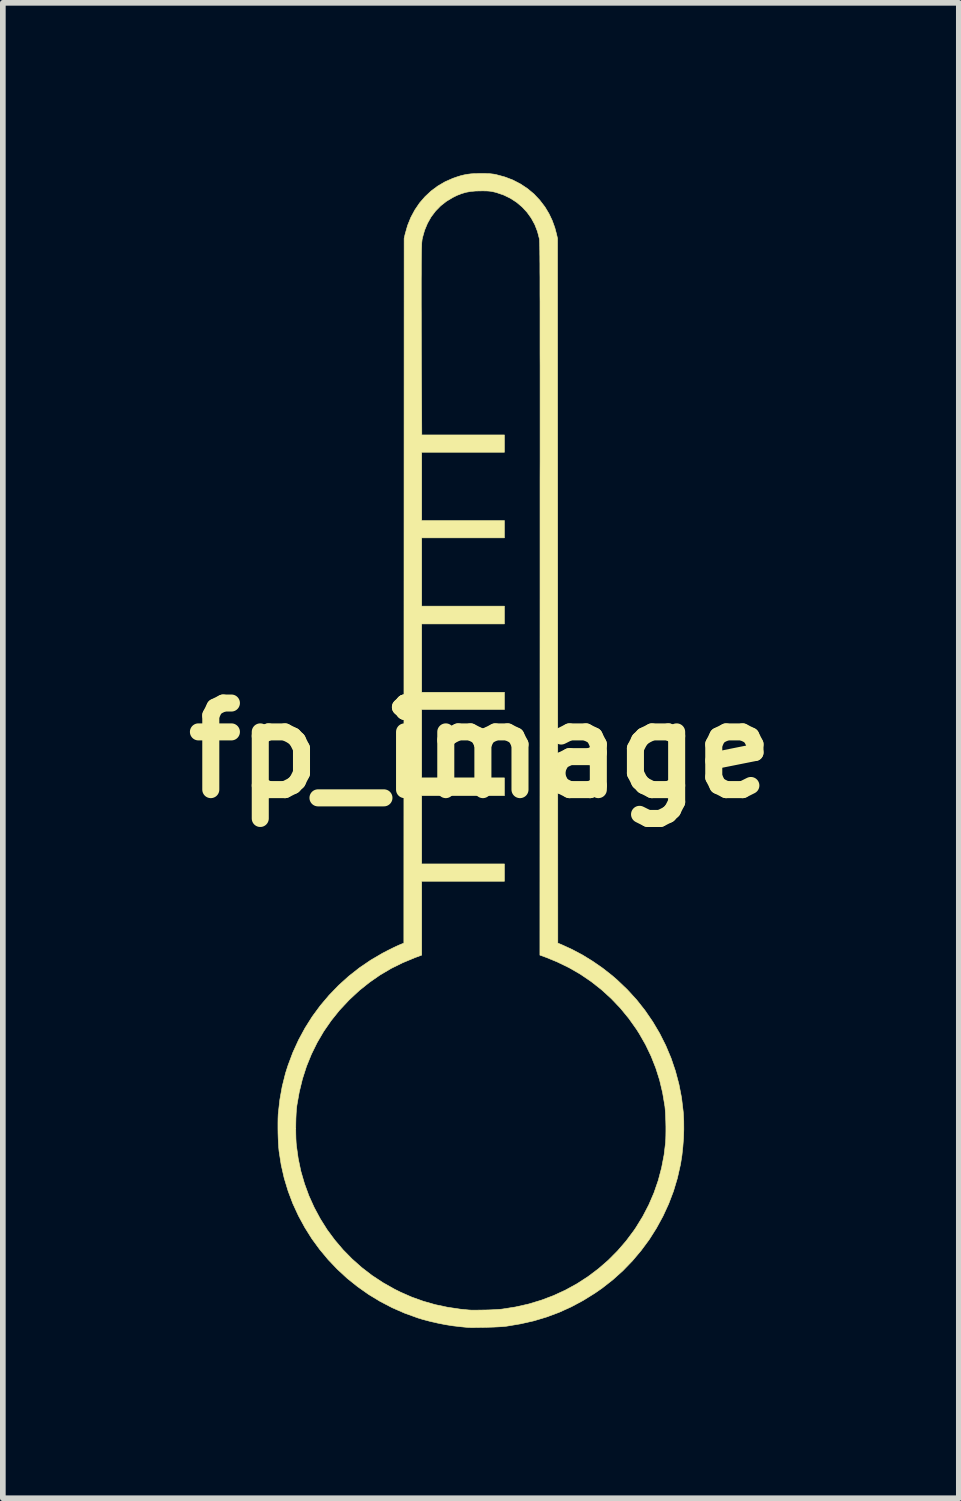
<source format=kicad_pcb>
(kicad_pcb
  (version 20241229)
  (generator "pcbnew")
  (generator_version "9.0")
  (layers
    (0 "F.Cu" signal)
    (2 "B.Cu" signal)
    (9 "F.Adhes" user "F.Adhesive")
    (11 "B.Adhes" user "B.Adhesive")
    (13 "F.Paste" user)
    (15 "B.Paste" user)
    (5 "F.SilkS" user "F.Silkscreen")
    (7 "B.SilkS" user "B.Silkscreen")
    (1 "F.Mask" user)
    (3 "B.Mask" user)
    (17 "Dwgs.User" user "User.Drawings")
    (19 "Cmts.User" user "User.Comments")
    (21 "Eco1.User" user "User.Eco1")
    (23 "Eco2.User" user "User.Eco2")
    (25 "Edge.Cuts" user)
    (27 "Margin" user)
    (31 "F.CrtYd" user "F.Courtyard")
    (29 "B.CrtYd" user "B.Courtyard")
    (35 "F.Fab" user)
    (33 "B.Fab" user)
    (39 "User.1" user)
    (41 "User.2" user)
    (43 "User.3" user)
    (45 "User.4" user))
  (footprint "fp_image"
    (layer "F.Cu")
    (at 5.414 10.16)
    (property "Reference" "fp_image" (at 0 0 0) (layer "F.SilkS") (effects (font (size 1.524 1.524) (thickness 0.3))))
    (attr through_hole)
    (fp_poly (pts (xy 0.072 -10.155) (xy 0.123 -10.154) (xy 0.164 -10.152) (xy 0.198 -10.148) (xy 0.231 -10.144) (xy 0.265 -10.137) (xy 0.271 -10.136) (xy 0.422 -10.095) (xy 0.564 -10.041) (xy 0.697 -9.972) (xy 0.821 -9.89) (xy 0.934 -9.796) (xy 1.036 -9.688) (xy 1.127 -9.569) (xy 1.131 -9.563) (xy 1.2 -9.448) (xy 1.256 -9.33) (xy 1.302 -9.204) (xy 1.332 -9.091) (xy 1.35 -9.013) (xy 1.353 -2.811) (xy 1.355 3.391) (xy 1.425 3.42) (xy 1.606 3.503) (xy 1.789 3.6) (xy 1.969 3.711) (xy 2.144 3.832) (xy 2.311 3.963) (xy 2.401 4.041) (xy 2.577 4.209) (xy 2.741 4.388) (xy 2.89 4.577) (xy 3.026 4.775) (xy 3.148 4.981) (xy 3.255 5.194) (xy 3.348 5.415) (xy 3.425 5.642) (xy 3.487 5.875) (xy 3.533 6.112) (xy 3.562 6.354) (xy 3.565 6.388) (xy 3.572 6.524) (xy 3.573 6.671) (xy 3.568 6.824) (xy 3.556 6.978) (xy 3.54 7.127) (xy 3.518 7.267) (xy 3.513 7.294) (xy 3.46 7.529) (xy 3.391 7.759) (xy 3.306 7.982) (xy 3.206 8.199) (xy 3.092 8.408) (xy 2.965 8.609) (xy 2.823 8.801) (xy 2.669 8.984) (xy 2.503 9.156) (xy 2.324 9.317) (xy 2.134 9.466) (xy 2.007 9.554) (xy 1.801 9.682) (xy 1.592 9.794) (xy 1.378 9.891) (xy 1.158 9.973) (xy 0.932 10.041) (xy 0.696 10.094) (xy 0.452 10.135) (xy 0.415 10.139) (xy 0.383 10.142) (xy 0.337 10.145) (xy 0.281 10.148) (xy 0.218 10.151) (xy 0.149 10.153) (xy 0.078 10.155) (xy 0.008 10.156) (xy -0.06 10.157) (xy -0.121 10.158) (xy -0.174 10.158) (xy -0.216 10.157) (xy -0.244 10.155) (xy -0.246 10.155) (xy -0.266 10.153) (xy -0.298 10.15) (xy -0.338 10.146) (xy -0.373 10.142) (xy -0.494 10.128) (xy -0.626 10.107) (xy -0.762 10.08) (xy -0.897 10.049) (xy -1.025 10.015) (xy -1.107 9.99) (xy -1.337 9.907) (xy -1.559 9.81) (xy -1.772 9.699) (xy -1.975 9.576) (xy -2.169 9.439) (xy -2.353 9.292) (xy -2.526 9.132) (xy -2.687 8.963) (xy -2.837 8.783) (xy -2.975 8.594) (xy -3.099 8.396) (xy -3.211 8.19) (xy -3.309 7.977) (xy -3.392 7.757) (xy -3.461 7.53) (xy -3.514 7.297) (xy -3.551 7.059) (xy -3.552 7.053) (xy -3.558 6.989) (xy -3.563 6.913) (xy -3.567 6.827) (xy -3.57 6.737) (xy -3.571 6.658) (xy -3.258 6.658) (xy -3.257 6.747) (xy -3.255 6.831) (xy -3.251 6.906) (xy -3.247 6.951) (xy -3.215 7.182) (xy -3.168 7.407) (xy -3.104 7.627) (xy -3.026 7.84) (xy -2.933 8.046) (xy -2.826 8.245) (xy -2.706 8.436) (xy -2.572 8.617) (xy -2.426 8.789) (xy -2.267 8.951) (xy -2.097 9.102) (xy -1.915 9.242) (xy -1.722 9.369) (xy -1.518 9.484) (xy -1.418 9.534) (xy -1.218 9.622) (xy -1.014 9.695) (xy -0.805 9.755) (xy -0.588 9.801) (xy -0.362 9.835) (xy -0.207 9.85) (xy -0.171 9.852) (xy -0.121 9.852) (xy -0.06 9.852) (xy 0.007 9.851) (xy 0.078 9.85) (xy 0.15 9.848) (xy 0.218 9.845) (xy 0.281 9.841) (xy 0.333 9.838) (xy 0.373 9.834) (xy 0.609 9.797) (xy 0.84 9.745) (xy 1.065 9.677) (xy 1.282 9.595) (xy 1.492 9.498) (xy 1.694 9.387) (xy 1.887 9.262) (xy 2.07 9.124) (xy 2.244 8.973) (xy 2.407 8.809) (xy 2.559 8.633) (xy 2.699 8.445) (xy 2.73 8.399) (xy 2.851 8.202) (xy 2.957 7.998) (xy 3.048 7.787) (xy 3.123 7.57) (xy 3.182 7.347) (xy 3.226 7.119) (xy 3.252 6.901) (xy 3.255 6.845) (xy 3.257 6.778) (xy 3.258 6.701) (xy 3.258 6.62) (xy 3.256 6.536) (xy 3.253 6.455) (xy 3.25 6.38) (xy 3.245 6.314) (xy 3.24 6.261) (xy 3.239 6.257) (xy 3.2 6.025) (xy 3.147 5.802) (xy 3.079 5.588) (xy 2.997 5.381) (xy 2.9 5.179) (xy 2.788 4.983) (xy 2.739 4.906) (xy 2.604 4.716) (xy 2.457 4.537) (xy 2.297 4.369) (xy 2.126 4.213) (xy 1.945 4.07) (xy 1.754 3.94) (xy 1.553 3.824) (xy 1.343 3.722) (xy 1.153 3.644) (xy 1.04 3.603) (xy 1.042 -2.667) (xy 1.042 -3.059) (xy 1.042 -3.435) (xy 1.042 -3.795) (xy 1.042 -4.139) (xy 1.042 -4.467) (xy 1.042 -4.781) (xy 1.043 -5.079) (xy 1.043 -5.363) (xy 1.043 -5.633) (xy 1.043 -5.889) (xy 1.043 -6.132) (xy 1.043 -6.362) (xy 1.043 -6.579) (xy 1.043 -6.784) (xy 1.042 -6.977) (xy 1.042 -7.159) (xy 1.042 -7.329) (xy 1.042 -7.489) (xy 1.042 -7.638) (xy 1.042 -7.777) (xy 1.042 -7.906) (xy 1.041 -8.026) (xy 1.041 -8.137) (xy 1.041 -8.239) (xy 1.041 -8.333) (xy 1.04 -8.419) (xy 1.04 -8.497) (xy 1.04 -8.568) (xy 1.039 -8.632) (xy 1.039 -8.69) (xy 1.038 -8.741) (xy 1.038 -8.787) (xy 1.037 -8.827) (xy 1.037 -8.862) (xy 1.036 -8.892) (xy 1.036 -8.918) (xy 1.035 -8.94) (xy 1.034 -8.959) (xy 1.034 -8.974) (xy 1.033 -8.986) (xy 1.032 -8.995) (xy 1.031 -9.003) (xy 1.03 -9.008) (xy 1.03 -9.009) (xy 0.997 -9.136) (xy 0.95 -9.257) (xy 0.888 -9.37) (xy 0.814 -9.473) (xy 0.727 -9.567) (xy 0.63 -9.649) (xy 0.522 -9.719) (xy 0.405 -9.776) (xy 0.28 -9.819) (xy 0.267 -9.823) (xy 0.229 -9.832) (xy 0.197 -9.839) (xy 0.167 -9.844) (xy 0.136 -9.847) (xy 0.099 -9.849) (xy 0.052 -9.85) (xy 0.013 -9.85) (xy -0.089 -9.848) (xy -0.179 -9.84) (xy -0.261 -9.825) (xy -0.339 -9.802) (xy -0.419 -9.771) (xy -0.491 -9.735) (xy -0.605 -9.667) (xy -0.707 -9.587) (xy -0.797 -9.495) (xy -0.875 -9.392) (xy -0.939 -9.279) (xy -0.99 -9.157) (xy -1.026 -9.03) (xy -1.03 -9.011) (xy -1.034 -8.992) (xy -1.036 -8.971) (xy -1.039 -8.946) (xy -1.041 -8.916) (xy -1.042 -8.879) (xy -1.044 -8.833) (xy -1.045 -8.777) (xy -1.046 -8.709) (xy -1.047 -8.627) (xy -1.048 -8.53) (xy -1.048 -8.526) (xy -1.048 -8.466) (xy -1.048 -8.391) (xy -1.049 -8.301) (xy -1.049 -8.199) (xy -1.049 -8.086) (xy -1.049 -7.962) (xy -1.049 -7.83) (xy -1.048 -7.691) (xy -1.048 -7.545) (xy -1.048 -7.396) (xy -1.047 -7.243) (xy -1.047 -7.089) (xy -1.046 -6.934) (xy -1.046 -6.826) (xy -1.039 -5.554) (xy 0.415 -5.554) (xy 0.415 -5.249) (xy -1.041 -5.249) (xy -1.041 -4.047) (xy 0.415 -4.047) (xy 0.415 -3.742) (xy -1.041 -3.742) (xy -1.041 -2.54) (xy 0.415 -2.54) (xy 0.415 -2.227) (xy -1.041 -2.227) (xy -1.041 -1.024) (xy 0.415 -1.024) (xy 0.415 -0.72) (xy -1.041 -0.72) (xy -1.041 0.483) (xy 0.415 0.483) (xy 0.415 0.796) (xy -1.041 0.796) (xy -1.041 1.998) (xy 0.415 1.998) (xy 0.415 2.303) (xy -1.041 2.303) (xy -1.041 2.953) (xy -1.041 3.603) (xy -1.162 3.648) (xy -1.378 3.738) (xy -1.582 3.839) (xy -1.776 3.954) (xy -1.96 4.082) (xy -2.138 4.224) (xy -2.308 4.382) (xy -2.328 4.402) (xy -2.489 4.574) (xy -2.634 4.755) (xy -2.765 4.944) (xy -2.881 5.142) (xy -2.982 5.347) (xy -3.069 5.561) (xy -3.14 5.782) (xy -3.196 6.011) (xy -3.238 6.248) (xy -3.239 6.257) (xy -3.246 6.318) (xy -3.251 6.393) (xy -3.255 6.477) (xy -3.257 6.566) (xy -3.258 6.658) (xy -3.571 6.658) (xy -3.571 6.646) (xy -3.571 6.558) (xy -3.57 6.477) (xy -3.567 6.408) (xy -3.565 6.387) (xy -3.538 6.148) (xy -3.496 5.913) (xy -3.438 5.682) (xy -3.394 5.544) (xy -3.309 5.317) (xy -3.209 5.098) (xy -3.095 4.887) (xy -2.967 4.684) (xy -2.825 4.491) (xy -2.671 4.309) (xy -2.505 4.137) (xy -2.327 3.976) (xy -2.138 3.827) (xy -1.938 3.691) (xy -1.728 3.568) (xy -1.647 3.526) (xy -1.595 3.5) (xy -1.543 3.474) (xy -1.494 3.451) (xy -1.453 3.432) (xy -1.425 3.42) (xy -1.355 3.391) (xy -1.35 -9.013) (xy -1.332 -9.091) (xy -1.289 -9.242) (xy -1.232 -9.383) (xy -1.161 -9.515) (xy -1.078 -9.637) (xy -0.982 -9.748) (xy -0.875 -9.848) (xy -0.758 -9.935) (xy -0.63 -10.01) (xy -0.492 -10.071) (xy -0.423 -10.095) (xy -0.356 -10.116) (xy -0.295 -10.131) (xy -0.235 -10.142) (xy -0.173 -10.15) (xy -0.103 -10.154) (xy -0.022 -10.155) (xy 0.008 -10.155) (xy 0.072 -10.155)) (stroke (width 0.01) (type solid)) (fill yes) (layer "F.SilkS")))
  (gr_rect
    (start -3 -3)
    (end 13.828 23.323)
    (stroke (width 0.1) (type default))
    (fill no)
    (layer "Edge.Cuts")))
</source>
